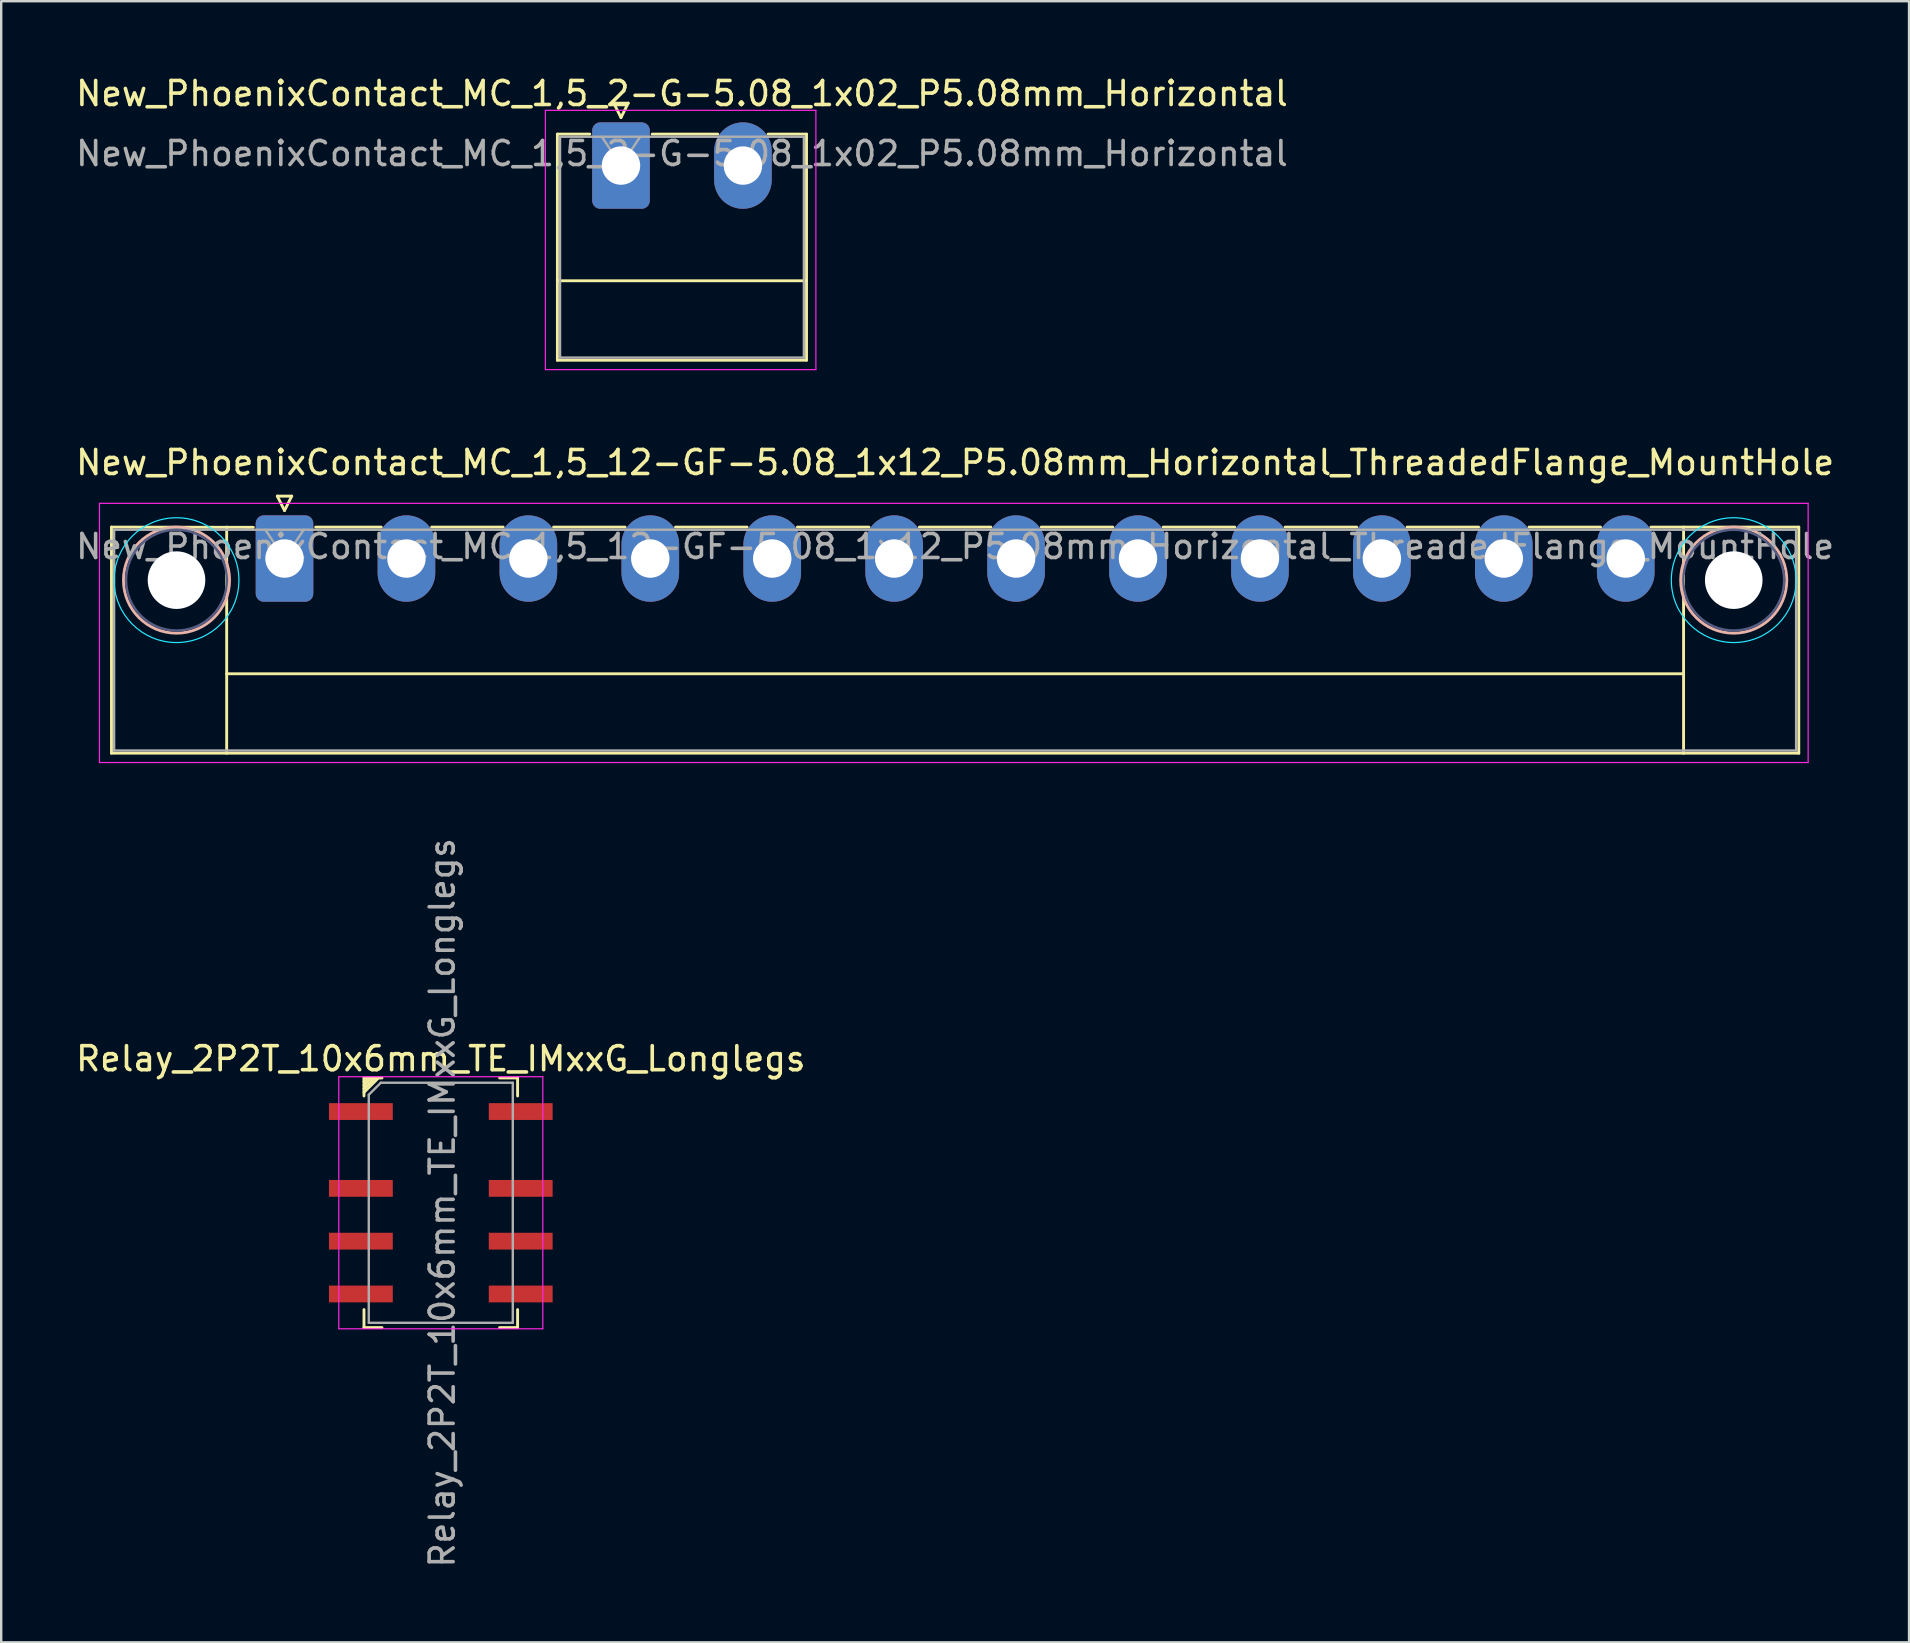
<source format=kicad_pcb>
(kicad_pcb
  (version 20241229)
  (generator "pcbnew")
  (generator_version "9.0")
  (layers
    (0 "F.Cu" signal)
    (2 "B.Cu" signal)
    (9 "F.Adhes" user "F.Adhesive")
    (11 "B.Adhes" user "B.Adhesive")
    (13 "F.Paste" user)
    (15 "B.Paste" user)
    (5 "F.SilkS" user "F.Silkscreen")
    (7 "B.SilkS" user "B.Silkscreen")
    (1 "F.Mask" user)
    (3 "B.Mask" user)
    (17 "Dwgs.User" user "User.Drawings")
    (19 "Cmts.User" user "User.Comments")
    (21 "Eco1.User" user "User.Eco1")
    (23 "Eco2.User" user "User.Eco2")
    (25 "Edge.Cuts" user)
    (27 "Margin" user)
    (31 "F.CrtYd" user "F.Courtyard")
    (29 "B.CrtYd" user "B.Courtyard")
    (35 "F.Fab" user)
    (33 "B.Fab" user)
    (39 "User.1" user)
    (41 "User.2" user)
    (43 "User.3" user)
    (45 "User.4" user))
  (footprint "New_PhoenixContact_MC_1,5_2-G-5.08_1x02_P5.08mm_Horizontal"
    (layer "F.Cu")
    (at 22.823 3.848)
    (property "Reference" "New_PhoenixContact_MC_1,5_2-G-5.08_1x02_P5.08mm_Horizontal" (at 2.54 -3 180) (layer "F.SilkS") (effects (font (size 1 1) (thickness 0.15))))
    (attr through_hole)
    (fp_line (start -2.65 -1.31) (end -2.65 8.11) (stroke (width 0.12) (type solid)) (layer "F.SilkS"))
    (fp_line (start -2.65 -1.31) (end -1.3 -1.31) (stroke (width 0.12) (type solid)) (layer "F.SilkS"))
    (fp_line (start -2.65 4.8) (end 7.73 4.8) (stroke (width 0.12) (type solid)) (layer "F.SilkS"))
    (fp_line (start -2.65 8.11) (end 7.73 8.11) (stroke (width 0.12) (type solid)) (layer "F.SilkS"))
    (fp_line (start -0.3 -2.6) (end 0.3 -2.6) (stroke (width 0.12) (type solid)) (layer "F.SilkS"))
    (fp_line (start 0 -2) (end -0.3 -2.6) (stroke (width 0.12) (type solid)) (layer "F.SilkS"))
    (fp_line (start 0.3 -2.6) (end 0 -2) (stroke (width 0.12) (type solid)) (layer "F.SilkS"))
    (fp_line (start 1.3 -1.31) (end 4.03 -1.31) (stroke (width 0.12) (type solid)) (layer "F.SilkS"))
    (fp_line (start 7.73 -1.31) (end 6.13 -1.31) (stroke (width 0.12) (type solid)) (layer "F.SilkS"))
    (fp_line (start 7.73 8.11) (end 7.73 -1.31) (stroke (width 0.12) (type solid)) (layer "F.SilkS"))
    (fp_line (start -3.15 -2.3) (end -3.15 8.5) (stroke (width 0.05) (type solid)) (layer "F.CrtYd"))
    (fp_line (start -3.15 8.5) (end 8.12 8.5) (stroke (width 0.05) (type solid)) (layer "F.CrtYd"))
    (fp_line (start 8.12 -2.3) (end -3.15 -2.3) (stroke (width 0.05) (type solid)) (layer "F.CrtYd"))
    (fp_line (start 8.12 8.5) (end 8.12 -2.3) (stroke (width 0.05) (type solid)) (layer "F.CrtYd"))
    (fp_line (start -2.54 -1.2) (end -2.54 8) (stroke (width 0.1) (type solid)) (layer "F.Fab"))
    (fp_line (start -2.54 8) (end 7.62 8) (stroke (width 0.1) (type solid)) (layer "F.Fab"))
    (fp_line (start 0 0) (end -0.8 -1.2) (stroke (width 0.1) (type solid)) (layer "F.Fab"))
    (fp_line (start 0.8 -1.2) (end 0 0) (stroke (width 0.1) (type solid)) (layer "F.Fab"))
    (fp_line (start 7.62 -1.2) (end -2.54 -1.2) (stroke (width 0.1) (type solid)) (layer "F.Fab"))
    (fp_line (start 7.62 8) (end 7.62 -1.2) (stroke (width 0.1) (type solid)) (layer "F.Fab"))
    (fp_text user "${REFERENCE}" (at 2.54 -0.5 180) (layer "F.Fab") (effects (font (size 1 1) (thickness 0.15))))
    (pad "1" thru_hole roundrect (at 0 0) (size 2.4 3.6) (drill 1.6) (layers "*.Cu" "*.Mask") (roundrect_rratio 0.139))
    (pad "2" thru_hole oval (at 5.08 0) (size 2.4 3.6) (drill 1.6) (layers "*.Cu" "*.Mask")))
  (footprint "New_PhoenixContact_MC_1,5_12-GF-5.08_1x12_P5.08mm_Horizontal_ThreadedFlange_MountHole"
    (layer "F.Cu")
    (at 8.804 20.221)
    (property "Reference" "New_PhoenixContact_MC_1,5_12-GF-5.08_1x12_P5.08mm_Horizontal_ThreadedFlange_MountHole" (at 27.94 -4 180) (layer "F.SilkS") (effects (font (size 1 1) (thickness 0.15))))
    (attr through_hole)
    (fp_line (start -7.21 -1.31) (end -7.21 8.11) (stroke (width 0.12) (type solid)) (layer "F.SilkS"))
    (fp_line (start -7.21 -1.31) (end -1.3 -1.3) (stroke (width 0.12) (type solid)) (layer "F.SilkS"))
    (fp_line (start -7.21 8.11) (end 63.09 8.11) (stroke (width 0.12) (type solid)) (layer "F.SilkS"))
    (fp_line (start -2.41 -1.31) (end -2.41 8.11) (stroke (width 0.12) (type solid)) (layer "F.SilkS"))
    (fp_line (start -2.41 4.8) (end 58.29 4.8) (stroke (width 0.12) (type solid)) (layer "F.SilkS"))
    (fp_line (start -0.3 -2.6) (end 0.3 -2.6) (stroke (width 0.12) (type solid)) (layer "F.SilkS"))
    (fp_line (start 0 -2) (end -0.3 -2.6) (stroke (width 0.12) (type solid)) (layer "F.SilkS"))
    (fp_line (start 0.3 -2.6) (end 0 -2) (stroke (width 0.12) (type solid)) (layer "F.SilkS"))
    (fp_line (start 1.3 -1.31) (end 4.03 -1.31) (stroke (width 0.12) (type solid)) (layer "F.SilkS"))
    (fp_line (start 6.13 -1.31) (end 9.11 -1.31) (stroke (width 0.12) (type solid)) (layer "F.SilkS"))
    (fp_line (start 11.21 -1.31) (end 14.19 -1.31) (stroke (width 0.12) (type solid)) (layer "F.SilkS"))
    (fp_line (start 16.29 -1.31) (end 19.27 -1.31) (stroke (width 0.12) (type solid)) (layer "F.SilkS"))
    (fp_line (start 21.37 -1.31) (end 24.35 -1.31) (stroke (width 0.12) (type solid)) (layer "F.SilkS"))
    (fp_line (start 26.45 -1.31) (end 29.43 -1.31) (stroke (width 0.12) (type solid)) (layer "F.SilkS"))
    (fp_line (start 31.53 -1.31) (end 34.51 -1.31) (stroke (width 0.12) (type solid)) (layer "F.SilkS"))
    (fp_line (start 36.61 -1.31) (end 39.59 -1.31) (stroke (width 0.12) (type solid)) (layer "F.SilkS"))
    (fp_line (start 41.69 -1.31) (end 44.67 -1.31) (stroke (width 0.12) (type solid)) (layer "F.SilkS"))
    (fp_line (start 46.77 -1.31) (end 49.75 -1.31) (stroke (width 0.12) (type solid)) (layer "F.SilkS"))
    (fp_line (start 51.85 -1.31) (end 54.83 -1.31) (stroke (width 0.12) (type solid)) (layer "F.SilkS"))
    (fp_line (start 58.29 -1.31) (end 58.29 8.11) (stroke (width 0.12) (type solid)) (layer "F.SilkS"))
    (fp_line (start 63.09 -1.31) (end 56.93 -1.31) (stroke (width 0.12) (type solid)) (layer "F.SilkS"))
    (fp_line (start 63.09 8.11) (end 63.09 -1.31) (stroke (width 0.12) (type solid)) (layer "F.SilkS"))
    (fp_circle (center -4.5 0.9) (end -2.29 0.9) (stroke (width 0.12) (type solid)) (fill no) (layer "B.SilkS"))
    (fp_circle (center 60.38 0.9) (end 62.59 0.9) (stroke (width 0.12) (type solid)) (fill no) (layer "B.SilkS"))
    (fp_circle (center -4.5 0.9) (end -1.9 0.9) (stroke (width 0.05) (type solid)) (fill no) (layer "B.CrtYd"))
    (fp_circle (center 60.38 0.9) (end 62.98 0.9) (stroke (width 0.05) (type solid)) (fill no) (layer "B.CrtYd"))
    (fp_line (start -7.71 -2.3) (end -7.71 8.5) (stroke (width 0.05) (type solid)) (layer "F.CrtYd"))
    (fp_line (start -7.71 8.5) (end 63.48 8.5) (stroke (width 0.05) (type solid)) (layer "F.CrtYd"))
    (fp_line (start 63.48 -2.3) (end -7.71 -2.3) (stroke (width 0.05) (type solid)) (layer "F.CrtYd"))
    (fp_line (start 63.48 8.5) (end 63.48 -2.3) (stroke (width 0.05) (type solid)) (layer "F.CrtYd"))
    (fp_circle (center -4.5 0.9) (end -2.4 0.9) (stroke (width 0.1) (type solid)) (fill no) (layer "B.Fab"))
    (fp_circle (center 60.38 0.9) (end 62.48 0.9) (stroke (width 0.1) (type solid)) (fill no) (layer "B.Fab"))
    (fp_line (start -7.1 -1.2) (end -7.1 8) (stroke (width 0.1) (type solid)) (layer "F.Fab"))
    (fp_line (start -7.1 8) (end 62.98 8) (stroke (width 0.1) (type solid)) (layer "F.Fab"))
    (fp_line (start 0 0) (end -0.8 -1.2) (stroke (width 0.1) (type solid)) (layer "F.Fab"))
    (fp_line (start 0.8 -1.2) (end 0 0) (stroke (width 0.1) (type solid)) (layer "F.Fab"))
    (fp_line (start 62.98 -1.2) (end -7.1 -1.2) (stroke (width 0.1) (type solid)) (layer "F.Fab"))
    (fp_line (start 62.98 8) (end 62.98 -1.2) (stroke (width 0.1) (type solid)) (layer "F.Fab"))
    (fp_text user "${REFERENCE}" (at 27.94 -0.5 180) (layer "F.Fab") (effects (font (size 1 1) (thickness 0.15))))
    (pad "" np_thru_hole circle (at -4.5 0.9) (size 2.4 2.4) (drill 2.4) (layers "*.Cu" "*.Mask"))
    (pad "" np_thru_hole circle (at 60.38 0.9) (size 2.4 2.4) (drill 2.4) (layers "*.Cu" "*.Mask"))
    (pad "1" thru_hole roundrect (at 0 0) (size 2.4 3.6) (drill 1.6) (layers "*.Cu" "*.Mask") (roundrect_rratio 0.139))
    (pad "2" thru_hole oval (at 5.08 0) (size 2.4 3.6) (drill 1.6) (layers "*.Cu" "*.Mask"))
    (pad "3" thru_hole oval (at 10.16 0) (size 2.4 3.6) (drill 1.6) (layers "*.Cu" "*.Mask"))
    (pad "4" thru_hole oval (at 15.24 0) (size 2.4 3.6) (drill 1.6) (layers "*.Cu" "*.Mask"))
    (pad "5" thru_hole oval (at 20.32 0) (size 2.4 3.6) (drill 1.6) (layers "*.Cu" "*.Mask"))
    (pad "6" thru_hole oval (at 25.4 0) (size 2.4 3.6) (drill 1.6) (layers "*.Cu" "*.Mask"))
    (pad "7" thru_hole oval (at 30.48 0) (size 2.4 3.6) (drill 1.6) (layers "*.Cu" "*.Mask"))
    (pad "8" thru_hole oval (at 35.56 0) (size 2.4 3.6) (drill 1.6) (layers "*.Cu" "*.Mask"))
    (pad "9" thru_hole oval (at 40.64 0) (size 2.4 3.6) (drill 1.6) (layers "*.Cu" "*.Mask"))
    (pad "10" thru_hole oval (at 45.72 0) (size 2.4 3.6) (drill 1.6) (layers "*.Cu" "*.Mask"))
    (pad "11" thru_hole oval (at 50.8 0) (size 2.4 3.6) (drill 1.6) (layers "*.Cu" "*.Mask"))
    (pad "12" thru_hole oval (at 55.88 0) (size 2.4 3.6) (drill 1.6) (layers "*.Cu" "*.Mask")))
  (footprint "Relay_2P2T_10x6mm_TE_IMxxG_Longlegs"
    (layer "F.Cu")
    (at 15.315 47.062)
    (property "Reference" "Relay_2P2T_10x6mm_TE_IMxxG_Longlegs" (at 0 -6 0) (layer "F.SilkS") (effects (font (size 1 1) (thickness 0.15))))
    (attr smd)
    (fp_line (start -3.2 -5.2) (end -3.2 -4.45) (stroke (width 0.12) (type solid)) (layer "F.SilkS"))
    (fp_line (start -3.2 4.45) (end -3.2 5.2) (stroke (width 0.12) (type solid)) (layer "F.SilkS"))
    (fp_line (start -3.2 5.2) (end -2.45 5.2) (stroke (width 0.12) (type solid)) (layer "F.SilkS"))
    (fp_line (start -3.05 -5.2) (end -3.2 -5.05) (stroke (width 0.12) (type solid)) (layer "F.SilkS"))
    (fp_line (start -2.9 -5.2) (end -3.2 -4.9) (stroke (width 0.12) (type solid)) (layer "F.SilkS"))
    (fp_line (start -2.75 -5.2) (end -3.2 -4.75) (stroke (width 0.12) (type solid)) (layer "F.SilkS"))
    (fp_line (start -2.6 -5.2) (end -3.2 -4.6) (stroke (width 0.12) (type solid)) (layer "F.SilkS"))
    (fp_line (start -2.45 -5.2) (end -3.2 -5.2) (stroke (width 0.12) (type solid)) (layer "F.SilkS"))
    (fp_line (start 2.45 -5.2) (end 3.2 -5.2) (stroke (width 0.12) (type solid)) (layer "F.SilkS"))
    (fp_line (start 2.45 5.2) (end 3.2 5.2) (stroke (width 0.12) (type solid)) (layer "F.SilkS"))
    (fp_line (start 3.2 -5.2) (end 3.2 -4.45) (stroke (width 0.12) (type solid)) (layer "F.SilkS"))
    (fp_line (start 3.2 4.45) (end 3.2 5.2) (stroke (width 0.12) (type solid)) (layer "F.SilkS"))
    (fp_line (start -4.25 -5.25) (end -4.25 5.25) (stroke (width 0.05) (type solid)) (layer "F.CrtYd"))
    (fp_line (start -4.25 5.25) (end 4.25 5.25) (stroke (width 0.05) (type solid)) (layer "F.CrtYd"))
    (fp_line (start 4.25 -5.25) (end -4.25 -5.25) (stroke (width 0.05) (type solid)) (layer "F.CrtYd"))
    (fp_line (start 4.25 5.25) (end 4.25 -5.25) (stroke (width 0.05) (type solid)) (layer "F.CrtYd"))
    (fp_line (start -3 -4.5) (end -2.5 -5) (stroke (width 0.1) (type solid)) (layer "F.Fab"))
    (fp_line (start -3 5) (end -3 -4.5) (stroke (width 0.1) (type solid)) (layer "F.Fab"))
    (fp_line (start -2.5 -5) (end 3 -5) (stroke (width 0.1) (type solid)) (layer "F.Fab"))
    (fp_line (start 3 -5) (end 3 5) (stroke (width 0.1) (type solid)) (layer "F.Fab"))
    (fp_line (start 3 5) (end -3 5) (stroke (width 0.1) (type solid)) (layer "F.Fab"))
    (fp_text user "${REFERENCE}" (at 0.06 0 90) (layer "F.Fab") (effects (font (size 1 1) (thickness 0.15))))
    (pad "1" smd rect (at -3 -3.8) (size 2.66 0.7) (drill (offset -0.33 0)) (layers "F.Cu" "F.Mask" "F.Paste"))
    (pad "2" smd rect (at -3 -0.6) (size 2.66 0.7) (drill (offset -0.33 0)) (layers "F.Cu" "F.Mask" "F.Paste"))
    (pad "3" smd rect (at -3 1.6) (size 2.66 0.7) (drill (offset -0.33 0)) (layers "F.Cu" "F.Mask" "F.Paste"))
    (pad "4" smd rect (at -3 3.8) (size 2.66 0.7) (drill (offset -0.33 0)) (layers "F.Cu" "F.Mask" "F.Paste"))
    (pad "5" smd rect (at 3 3.8) (size 2.66 0.7) (drill (offset 0.33 0)) (layers "F.Cu" "F.Mask" "F.Paste"))
    (pad "6" smd rect (at 3 1.6) (size 2.66 0.7) (drill (offset 0.33 0)) (layers "F.Cu" "F.Mask" "F.Paste"))
    (pad "7" smd rect (at 3 -0.6) (size 2.66 0.7) (drill (offset 0.33 0)) (layers "F.Cu" "F.Mask" "F.Paste"))
    (pad "8" smd rect (at 3 -3.8) (size 2.66 0.7) (drill (offset 0.33 0)) (layers "F.Cu" "F.Mask" "F.Paste")))
  (gr_rect
    (start -3 -3)
    (end 76.488 65.377)
    (stroke (width 0.1) (type default))
    (fill no)
    (layer "Edge.Cuts")))
</source>
